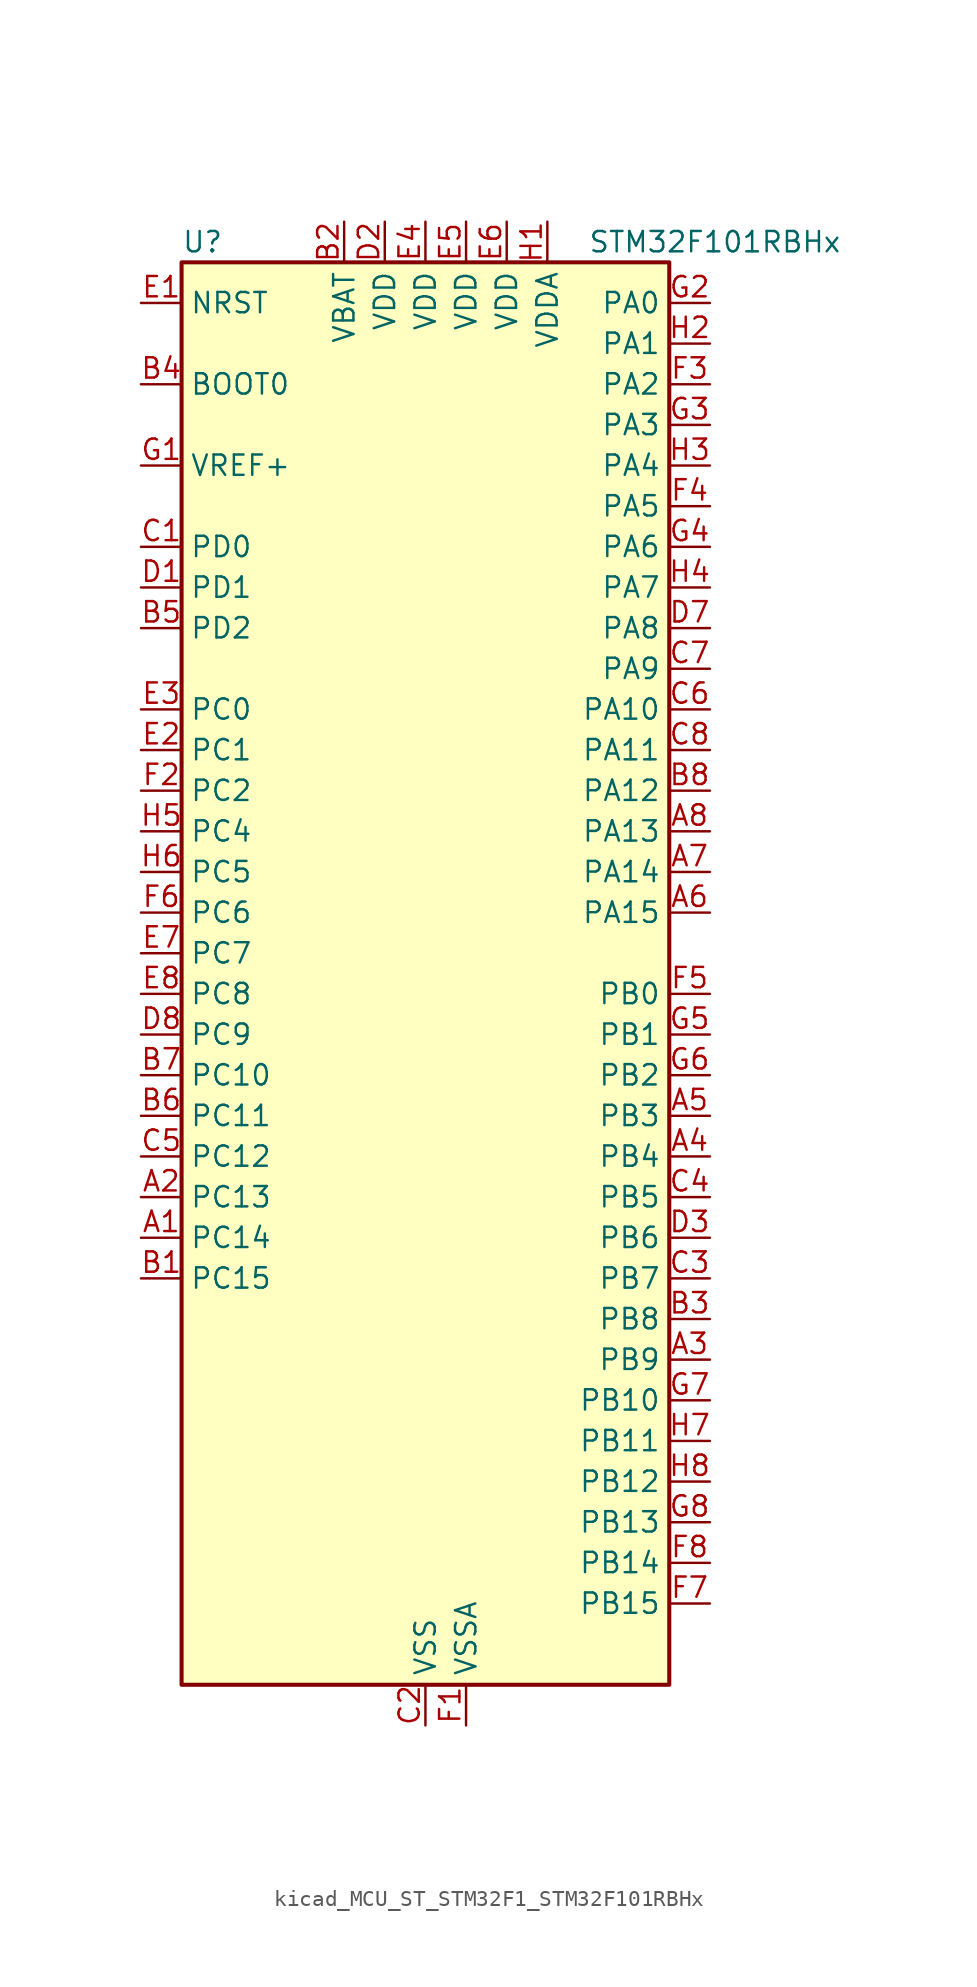
<source format=kicad_sym>
(kicad_symbol_lib
  (version 20220914)
  (generator kicad_symbol_editor)
  (symbol "kicad_MCU_ST_STM32F1_STM32F101RBHx"
    (property "Reference" "U"
      (at -15.24 46.99 0)
      (effects (font (size 1.27 1.27)) (justify left)))
    (property "Value" "STM32F101RBHx"
      (at 10.16 46.99 0)
      (effects (font (size 1.27 1.27)) (justify left)))
    (property "ki_locked" ""
      (at 0 0 0)
      (effects (font (size 1.27 1.27))))
    (symbol "kicad_MCU_ST_STM32F1_STM32F101RBHx_0_1"
      (rectangle (start -15.24 -43.18) (end 15.24 45.72) (stroke (width 0.254) (type default)) (fill (type background))))
    (symbol "kicad_MCU_ST_STM32F1_STM32F101RBHx_1_1"
      (pin bidirectional line (at -17.78 -15.24 0) (length 2.54) (name "PC14" (effects (font (size 1.27 1.27)))) (number "A1" (effects (font (size 1.27 1.27)))) (alternate "RCC_OSC32_IN" bidirectional line))
      (pin bidirectional line (at -17.78 -12.7 0) (length 2.54) (name "PC13" (effects (font (size 1.27 1.27)))) (number "A2" (effects (font (size 1.27 1.27)))) (alternate "RTC_OUT" bidirectional line) (alternate "RTC_TAMPER" bidirectional line))
      (pin bidirectional line (at 17.78 -22.86 180) (length 2.54) (name "PB9" (effects (font (size 1.27 1.27)))) (number "A3" (effects (font (size 1.27 1.27)))) (alternate "I2C1_SDA" bidirectional line) (alternate "TIM4_CH4" bidirectional line))
      (pin bidirectional line (at 17.78 -10.16 180) (length 2.54) (name "PB4" (effects (font (size 1.27 1.27)))) (number "A4" (effects (font (size 1.27 1.27)))) (alternate "SPI1_MISO" bidirectional line) (alternate "SYS_NJTRST" bidirectional line) (alternate "TIM3_CH1" bidirectional line))
      (pin bidirectional line (at 17.78 -7.62 180) (length 2.54) (name "PB3" (effects (font (size 1.27 1.27)))) (number "A5" (effects (font (size 1.27 1.27)))) (alternate "SPI1_SCK" bidirectional line) (alternate "SYS_JTDO-TRACESWO" bidirectional line) (alternate "TIM2_CH2" bidirectional line))
      (pin bidirectional line (at 17.78 5.08 180) (length 2.54) (name "PA15" (effects (font (size 1.27 1.27)))) (number "A6" (effects (font (size 1.27 1.27)))) (alternate "ADC1_EXTI15" bidirectional line) (alternate "SPI1_NSS" bidirectional line) (alternate "SYS_JTDI" bidirectional line) (alternate "TIM2_CH1" bidirectional line) (alternate "TIM2_ETR" bidirectional line))
      (pin bidirectional line (at 17.78 7.62 180) (length 2.54) (name "PA14" (effects (font (size 1.27 1.27)))) (number "A7" (effects (font (size 1.27 1.27)))) (alternate "SYS_JTCK-SWCLK" bidirectional line))
      (pin bidirectional line (at 17.78 10.16 180) (length 2.54) (name "PA13" (effects (font (size 1.27 1.27)))) (number "A8" (effects (font (size 1.27 1.27)))) (alternate "SYS_JTMS-SWDIO" bidirectional line))
      (pin bidirectional line (at -17.78 -17.78 0) (length 2.54) (name "PC15" (effects (font (size 1.27 1.27)))) (number "B1" (effects (font (size 1.27 1.27)))) (alternate "ADC1_EXTI15" bidirectional line) (alternate "RCC_OSC32_OUT" bidirectional line))
      (pin power_in line (at -5.08 48.26 270) (length 2.54) (name "VBAT" (effects (font (size 1.27 1.27)))) (number "B2" (effects (font (size 1.27 1.27)))))
      (pin bidirectional line (at 17.78 -20.32 180) (length 2.54) (name "PB8" (effects (font (size 1.27 1.27)))) (number "B3" (effects (font (size 1.27 1.27)))) (alternate "I2C1_SCL" bidirectional line) (alternate "TIM4_CH3" bidirectional line))
      (pin input line (at -17.78 38.1 0) (length 2.54) (name "BOOT0" (effects (font (size 1.27 1.27)))) (number "B4" (effects (font (size 1.27 1.27)))))
      (pin bidirectional line (at -17.78 22.86 0) (length 2.54) (name "PD2" (effects (font (size 1.27 1.27)))) (number "B5" (effects (font (size 1.27 1.27)))) (alternate "TIM3_ETR" bidirectional line))
      (pin bidirectional line (at -17.78 -7.62 0) (length 2.54) (name "PC11" (effects (font (size 1.27 1.27)))) (number "B6" (effects (font (size 1.27 1.27)))) (alternate "ADC1_EXTI11" bidirectional line) (alternate "USART3_RX" bidirectional line))
      (pin bidirectional line (at -17.78 -5.08 0) (length 2.54) (name "PC10" (effects (font (size 1.27 1.27)))) (number "B7" (effects (font (size 1.27 1.27)))) (alternate "USART3_TX" bidirectional line))
      (pin bidirectional line (at 17.78 12.7 180) (length 2.54) (name "PA12" (effects (font (size 1.27 1.27)))) (number "B8" (effects (font (size 1.27 1.27)))) (alternate "USART1_RTS" bidirectional line))
      (pin bidirectional line (at -17.78 27.94 0) (length 2.54) (name "PD0" (effects (font (size 1.27 1.27)))) (number "C1" (effects (font (size 1.27 1.27)))) (alternate "RCC_OSC_IN" bidirectional line))
      (pin power_in line (at 0 -45.72 90) (length 2.54) (name "VSS" (effects (font (size 1.27 1.27)))) (number "C2" (effects (font (size 1.27 1.27)))))
      (pin bidirectional line (at 17.78 -17.78 180) (length 2.54) (name "PB7" (effects (font (size 1.27 1.27)))) (number "C3" (effects (font (size 1.27 1.27)))) (alternate "I2C1_SDA" bidirectional line) (alternate "TIM4_CH2" bidirectional line) (alternate "USART1_RX" bidirectional line))
      (pin bidirectional line (at 17.78 -12.7 180) (length 2.54) (name "PB5" (effects (font (size 1.27 1.27)))) (number "C4" (effects (font (size 1.27 1.27)))) (alternate "I2C1_SMBA" bidirectional line) (alternate "SPI1_MOSI" bidirectional line) (alternate "TIM3_CH2" bidirectional line))
      (pin bidirectional line (at -17.78 -10.16 0) (length 2.54) (name "PC12" (effects (font (size 1.27 1.27)))) (number "C5" (effects (font (size 1.27 1.27)))) (alternate "USART3_CK" bidirectional line))
      (pin bidirectional line (at 17.78 17.78 180) (length 2.54) (name "PA10" (effects (font (size 1.27 1.27)))) (number "C6" (effects (font (size 1.27 1.27)))) (alternate "USART1_RX" bidirectional line))
      (pin bidirectional line (at 17.78 20.32 180) (length 2.54) (name "PA9" (effects (font (size 1.27 1.27)))) (number "C7" (effects (font (size 1.27 1.27)))) (alternate "USART1_TX" bidirectional line))
      (pin bidirectional line (at 17.78 15.24 180) (length 2.54) (name "PA11" (effects (font (size 1.27 1.27)))) (number "C8" (effects (font (size 1.27 1.27)))) (alternate "ADC1_EXTI11" bidirectional line) (alternate "USART1_CTS" bidirectional line))
      (pin bidirectional line (at -17.78 25.4 0) (length 2.54) (name "PD1" (effects (font (size 1.27 1.27)))) (number "D1" (effects (font (size 1.27 1.27)))) (alternate "RCC_OSC_OUT" bidirectional line))
      (pin power_in line (at -2.54 48.26 270) (length 2.54) (name "VDD" (effects (font (size 1.27 1.27)))) (number "D2" (effects (font (size 1.27 1.27)))))
      (pin bidirectional line (at 17.78 -15.24 180) (length 2.54) (name "PB6" (effects (font (size 1.27 1.27)))) (number "D3" (effects (font (size 1.27 1.27)))) (alternate "I2C1_SCL" bidirectional line) (alternate "TIM4_CH1" bidirectional line) (alternate "USART1_TX" bidirectional line))
      (pin passive line (at 0 -45.72 90) (length 2.54) hide (name "VSS" (effects (font (size 1.27 1.27)))) (number "D4" (effects (font (size 1.27 1.27)))))
      (pin passive line (at 0 -45.72 90) (length 2.54) hide (name "VSS" (effects (font (size 1.27 1.27)))) (number "D5" (effects (font (size 1.27 1.27)))))
      (pin passive line (at 0 -45.72 90) (length 2.54) hide (name "VSS" (effects (font (size 1.27 1.27)))) (number "D6" (effects (font (size 1.27 1.27)))))
      (pin bidirectional line (at 17.78 22.86 180) (length 2.54) (name "PA8" (effects (font (size 1.27 1.27)))) (number "D7" (effects (font (size 1.27 1.27)))) (alternate "RCC_MCO" bidirectional line) (alternate "USART1_CK" bidirectional line))
      (pin bidirectional line (at -17.78 -2.54 0) (length 2.54) (name "PC9" (effects (font (size 1.27 1.27)))) (number "D8" (effects (font (size 1.27 1.27)))) (alternate "TIM3_CH4" bidirectional line))
      (pin input line (at -17.78 43.18 0) (length 2.54) (name "NRST" (effects (font (size 1.27 1.27)))) (number "E1" (effects (font (size 1.27 1.27)))))
      (pin bidirectional line (at -17.78 15.24 0) (length 2.54) (name "PC1" (effects (font (size 1.27 1.27)))) (number "E2" (effects (font (size 1.27 1.27)))) (alternate "ADC1_IN11" bidirectional line))
      (pin bidirectional line (at -17.78 17.78 0) (length 2.54) (name "PC0" (effects (font (size 1.27 1.27)))) (number "E3" (effects (font (size 1.27 1.27)))) (alternate "ADC1_IN10" bidirectional line))
      (pin power_in line (at 0 48.26 270) (length 2.54) (name "VDD" (effects (font (size 1.27 1.27)))) (number "E4" (effects (font (size 1.27 1.27)))))
      (pin power_in line (at 2.54 48.26 270) (length 2.54) (name "VDD" (effects (font (size 1.27 1.27)))) (number "E5" (effects (font (size 1.27 1.27)))))
      (pin power_in line (at 5.08 48.26 270) (length 2.54) (name "VDD" (effects (font (size 1.27 1.27)))) (number "E6" (effects (font (size 1.27 1.27)))))
      (pin bidirectional line (at -17.78 2.54 0) (length 2.54) (name "PC7" (effects (font (size 1.27 1.27)))) (number "E7" (effects (font (size 1.27 1.27)))) (alternate "TIM3_CH2" bidirectional line))
      (pin bidirectional line (at -17.78 0 0) (length 2.54) (name "PC8" (effects (font (size 1.27 1.27)))) (number "E8" (effects (font (size 1.27 1.27)))) (alternate "TIM3_CH3" bidirectional line))
      (pin power_in line (at 2.54 -45.72 90) (length 2.54) (name "VSSA" (effects (font (size 1.27 1.27)))) (number "F1" (effects (font (size 1.27 1.27)))))
      (pin bidirectional line (at -17.78 12.7 0) (length 2.54) (name "PC2" (effects (font (size 1.27 1.27)))) (number "F2" (effects (font (size 1.27 1.27)))) (alternate "ADC1_IN12" bidirectional line))
      (pin bidirectional line (at 17.78 38.1 180) (length 2.54) (name "PA2" (effects (font (size 1.27 1.27)))) (number "F3" (effects (font (size 1.27 1.27)))) (alternate "ADC1_IN2" bidirectional line) (alternate "TIM2_CH3" bidirectional line) (alternate "USART2_TX" bidirectional line))
      (pin bidirectional line (at 17.78 30.48 180) (length 2.54) (name "PA5" (effects (font (size 1.27 1.27)))) (number "F4" (effects (font (size 1.27 1.27)))) (alternate "ADC1_IN5" bidirectional line) (alternate "SPI1_SCK" bidirectional line))
      (pin bidirectional line (at 17.78 0 180) (length 2.54) (name "PB0" (effects (font (size 1.27 1.27)))) (number "F5" (effects (font (size 1.27 1.27)))) (alternate "ADC1_IN8" bidirectional line) (alternate "TIM3_CH3" bidirectional line))
      (pin bidirectional line (at -17.78 5.08 0) (length 2.54) (name "PC6" (effects (font (size 1.27 1.27)))) (number "F6" (effects (font (size 1.27 1.27)))) (alternate "TIM3_CH1" bidirectional line))
      (pin bidirectional line (at 17.78 -38.1 180) (length 2.54) (name "PB15" (effects (font (size 1.27 1.27)))) (number "F7" (effects (font (size 1.27 1.27)))) (alternate "ADC1_EXTI15" bidirectional line) (alternate "SPI2_MOSI" bidirectional line))
      (pin bidirectional line (at 17.78 -35.56 180) (length 2.54) (name "PB14" (effects (font (size 1.27 1.27)))) (number "F8" (effects (font (size 1.27 1.27)))) (alternate "SPI2_MISO" bidirectional line) (alternate "USART3_RTS" bidirectional line))
      (pin input line (at -17.78 33.02 0) (length 2.54) (name "VREF+" (effects (font (size 1.27 1.27)))) (number "G1" (effects (font (size 1.27 1.27)))))
      (pin bidirectional line (at 17.78 43.18 180) (length 2.54) (name "PA0" (effects (font (size 1.27 1.27)))) (number "G2" (effects (font (size 1.27 1.27)))) (alternate "ADC1_IN0" bidirectional line) (alternate "SYS_WKUP" bidirectional line) (alternate "TIM2_CH1" bidirectional line) (alternate "TIM2_ETR" bidirectional line) (alternate "USART2_CTS" bidirectional line))
      (pin bidirectional line (at 17.78 35.56 180) (length 2.54) (name "PA3" (effects (font (size 1.27 1.27)))) (number "G3" (effects (font (size 1.27 1.27)))) (alternate "ADC1_IN3" bidirectional line) (alternate "TIM2_CH4" bidirectional line) (alternate "USART2_RX" bidirectional line))
      (pin bidirectional line (at 17.78 27.94 180) (length 2.54) (name "PA6" (effects (font (size 1.27 1.27)))) (number "G4" (effects (font (size 1.27 1.27)))) (alternate "ADC1_IN6" bidirectional line) (alternate "SPI1_MISO" bidirectional line) (alternate "TIM3_CH1" bidirectional line))
      (pin bidirectional line (at 17.78 -2.54 180) (length 2.54) (name "PB1" (effects (font (size 1.27 1.27)))) (number "G5" (effects (font (size 1.27 1.27)))) (alternate "ADC1_IN9" bidirectional line) (alternate "TIM3_CH4" bidirectional line))
      (pin bidirectional line (at 17.78 -5.08 180) (length 2.54) (name "PB2" (effects (font (size 1.27 1.27)))) (number "G6" (effects (font (size 1.27 1.27)))))
      (pin bidirectional line (at 17.78 -25.4 180) (length 2.54) (name "PB10" (effects (font (size 1.27 1.27)))) (number "G7" (effects (font (size 1.27 1.27)))) (alternate "I2C2_SCL" bidirectional line) (alternate "TIM2_CH3" bidirectional line) (alternate "USART3_TX" bidirectional line))
      (pin bidirectional line (at 17.78 -33.02 180) (length 2.54) (name "PB13" (effects (font (size 1.27 1.27)))) (number "G8" (effects (font (size 1.27 1.27)))) (alternate "SPI2_SCK" bidirectional line) (alternate "USART3_CTS" bidirectional line))
      (pin power_in line (at 7.62 48.26 270) (length 2.54) (name "VDDA" (effects (font (size 1.27 1.27)))) (number "H1" (effects (font (size 1.27 1.27)))))
      (pin bidirectional line (at 17.78 40.64 180) (length 2.54) (name "PA1" (effects (font (size 1.27 1.27)))) (number "H2" (effects (font (size 1.27 1.27)))) (alternate "ADC1_IN1" bidirectional line) (alternate "TIM2_CH2" bidirectional line) (alternate "USART2_RTS" bidirectional line))
      (pin bidirectional line (at 17.78 33.02 180) (length 2.54) (name "PA4" (effects (font (size 1.27 1.27)))) (number "H3" (effects (font (size 1.27 1.27)))) (alternate "ADC1_IN4" bidirectional line) (alternate "SPI1_NSS" bidirectional line) (alternate "USART2_CK" bidirectional line))
      (pin bidirectional line (at 17.78 25.4 180) (length 2.54) (name "PA7" (effects (font (size 1.27 1.27)))) (number "H4" (effects (font (size 1.27 1.27)))) (alternate "ADC1_IN7" bidirectional line) (alternate "SPI1_MOSI" bidirectional line) (alternate "TIM3_CH2" bidirectional line))
      (pin bidirectional line (at -17.78 10.16 0) (length 2.54) (name "PC4" (effects (font (size 1.27 1.27)))) (number "H5" (effects (font (size 1.27 1.27)))) (alternate "ADC1_IN14" bidirectional line))
      (pin bidirectional line (at -17.78 7.62 0) (length 2.54) (name "PC5" (effects (font (size 1.27 1.27)))) (number "H6" (effects (font (size 1.27 1.27)))) (alternate "ADC1_IN15" bidirectional line))
      (pin bidirectional line (at 17.78 -27.94 180) (length 2.54) (name "PB11" (effects (font (size 1.27 1.27)))) (number "H7" (effects (font (size 1.27 1.27)))) (alternate "ADC1_EXTI11" bidirectional line) (alternate "I2C2_SDA" bidirectional line) (alternate "TIM2_CH4" bidirectional line) (alternate "USART3_RX" bidirectional line))
      (pin bidirectional line (at 17.78 -30.48 180) (length 2.54) (name "PB12" (effects (font (size 1.27 1.27)))) (number "H8" (effects (font (size 1.27 1.27)))) (alternate "I2C2_SMBA" bidirectional line) (alternate "SPI2_NSS" bidirectional line) (alternate "USART3_CK" bidirectional line)))))
</source>
